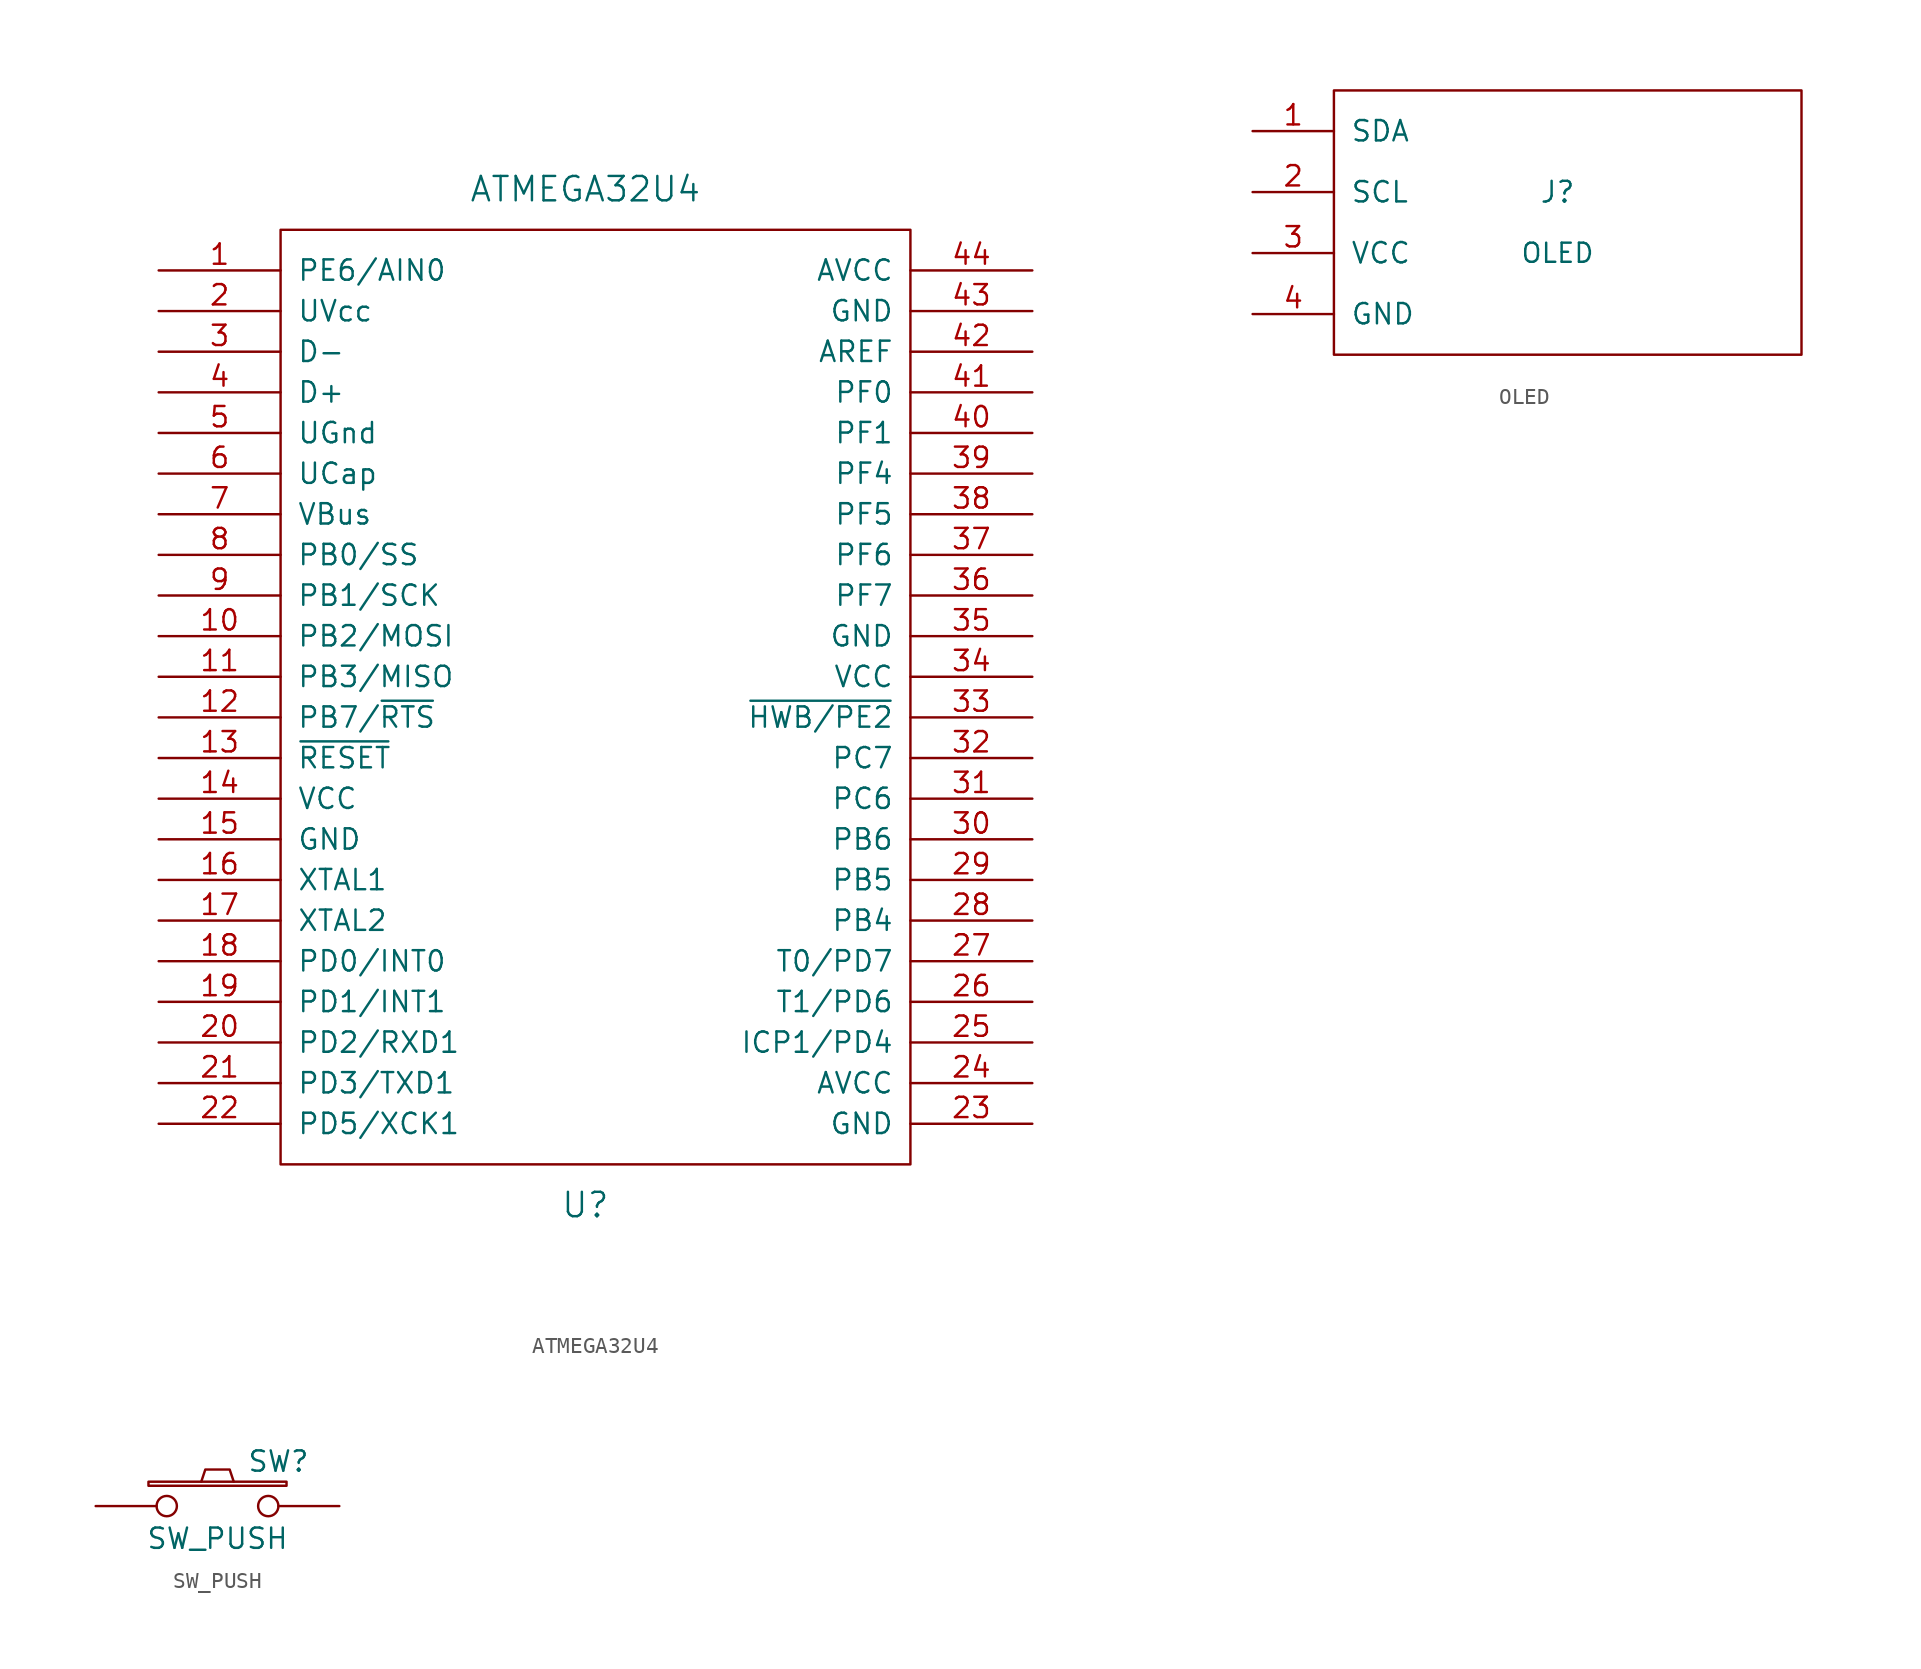
<source format=kicad_sym>
(kicad_symbol_lib
  (version 20211014)
  (generator kicad_symbol_editor)
  (symbol "ATMEGA32U4"
    (pin_names
      (offset 1.016))
    (property "Reference" "U"
      (at 0 -31.75 0)
      (effects (font (size 1.524 1.524))))
    (property "Value" "ATMEGA32U4"
      (at 0 31.75 0)
      (effects (font (size 1.524 1.524))))
    (symbol "ATMEGA32U4_0_1"
      (rectangle (start 20.32 29.21) (end -19.05 -29.21) (stroke (width 0) (type default) (color 0 0 0 0)) (fill (type none))))
    (symbol "ATMEGA32U4_1_1"
      (pin bidirectional line (at -26.67 26.67 0) (length 7.62) (name "PE6/AIN0" (effects (font (size 1.27 1.27)))) (number "1" (effects (font (size 1.27 1.27)))))
      (pin bidirectional line (at -26.67 3.81 0) (length 7.62) (name "PB2/MOSI" (effects (font (size 1.27 1.27)))) (number "10" (effects (font (size 1.27 1.27)))))
      (pin bidirectional line (at -26.67 1.27 0) (length 7.62) (name "PB3/MISO" (effects (font (size 1.27 1.27)))) (number "11" (effects (font (size 1.27 1.27)))))
      (pin bidirectional line (at -26.67 -1.27 0) (length 7.62) (name "PB7/~{RTS}" (effects (font (size 1.27 1.27)))) (number "12" (effects (font (size 1.27 1.27)))))
      (pin input line (at -26.67 -3.81 0) (length 7.62) (name "~{RESET}" (effects (font (size 1.27 1.27)))) (number "13" (effects (font (size 1.27 1.27)))))
      (pin power_in line (at -26.67 -6.35 0) (length 7.62) (name "VCC" (effects (font (size 1.27 1.27)))) (number "14" (effects (font (size 1.27 1.27)))))
      (pin power_in line (at -26.67 -8.89 0) (length 7.62) (name "GND" (effects (font (size 1.27 1.27)))) (number "15" (effects (font (size 1.27 1.27)))))
      (pin input line (at -26.67 -11.43 0) (length 7.62) (name "XTAL1" (effects (font (size 1.27 1.27)))) (number "16" (effects (font (size 1.27 1.27)))))
      (pin output line (at -26.67 -13.97 0) (length 7.62) (name "XTAL2" (effects (font (size 1.27 1.27)))) (number "17" (effects (font (size 1.27 1.27)))))
      (pin bidirectional line (at -26.67 -16.51 0) (length 7.62) (name "PD0/INT0" (effects (font (size 1.27 1.27)))) (number "18" (effects (font (size 1.27 1.27)))))
      (pin bidirectional line (at -26.67 -19.05 0) (length 7.62) (name "PD1/INT1" (effects (font (size 1.27 1.27)))) (number "19" (effects (font (size 1.27 1.27)))))
      (pin power_in line (at -26.67 24.13 0) (length 7.62) (name "UVcc" (effects (font (size 1.27 1.27)))) (number "2" (effects (font (size 1.27 1.27)))))
      (pin bidirectional line (at -26.67 -21.59 0) (length 7.62) (name "PD2/RXD1" (effects (font (size 1.27 1.27)))) (number "20" (effects (font (size 1.27 1.27)))))
      (pin bidirectional line (at -26.67 -24.13 0) (length 7.62) (name "PD3/TXD1" (effects (font (size 1.27 1.27)))) (number "21" (effects (font (size 1.27 1.27)))))
      (pin bidirectional line (at -26.67 -26.67 0) (length 7.62) (name "PD5/XCK1" (effects (font (size 1.27 1.27)))) (number "22" (effects (font (size 1.27 1.27)))))
      (pin power_in line (at 27.94 -26.67 180) (length 7.62) (name "GND" (effects (font (size 1.27 1.27)))) (number "23" (effects (font (size 1.27 1.27)))))
      (pin power_in line (at 27.94 -24.13 180) (length 7.62) (name "AVCC" (effects (font (size 1.27 1.27)))) (number "24" (effects (font (size 1.27 1.27)))))
      (pin bidirectional line (at 27.94 -21.59 180) (length 7.62) (name "ICP1/PD4" (effects (font (size 1.27 1.27)))) (number "25" (effects (font (size 1.27 1.27)))))
      (pin bidirectional line (at 27.94 -19.05 180) (length 7.62) (name "T1/PD6" (effects (font (size 1.27 1.27)))) (number "26" (effects (font (size 1.27 1.27)))))
      (pin bidirectional line (at 27.94 -16.51 180) (length 7.62) (name "T0/PD7" (effects (font (size 1.27 1.27)))) (number "27" (effects (font (size 1.27 1.27)))))
      (pin bidirectional line (at 27.94 -13.97 180) (length 7.62) (name "PB4" (effects (font (size 1.27 1.27)))) (number "28" (effects (font (size 1.27 1.27)))))
      (pin bidirectional line (at 27.94 -11.43 180) (length 7.62) (name "PB5" (effects (font (size 1.27 1.27)))) (number "29" (effects (font (size 1.27 1.27)))))
      (pin bidirectional line (at -26.67 21.59 0) (length 7.62) (name "D-" (effects (font (size 1.27 1.27)))) (number "3" (effects (font (size 1.27 1.27)))))
      (pin bidirectional line (at 27.94 -8.89 180) (length 7.62) (name "PB6" (effects (font (size 1.27 1.27)))) (number "30" (effects (font (size 1.27 1.27)))))
      (pin bidirectional line (at 27.94 -6.35 180) (length 7.62) (name "PC6" (effects (font (size 1.27 1.27)))) (number "31" (effects (font (size 1.27 1.27)))))
      (pin bidirectional line (at 27.94 -3.81 180) (length 7.62) (name "PC7" (effects (font (size 1.27 1.27)))) (number "32" (effects (font (size 1.27 1.27)))))
      (pin bidirectional line (at 27.94 -1.27 180) (length 7.62) (name "~{HWB/PE2}" (effects (font (size 1.27 1.27)))) (number "33" (effects (font (size 1.27 1.27)))))
      (pin power_in line (at 27.94 1.27 180) (length 7.62) (name "VCC" (effects (font (size 1.27 1.27)))) (number "34" (effects (font (size 1.27 1.27)))))
      (pin power_in line (at 27.94 3.81 180) (length 7.62) (name "GND" (effects (font (size 1.27 1.27)))) (number "35" (effects (font (size 1.27 1.27)))))
      (pin bidirectional line (at 27.94 6.35 180) (length 7.62) (name "PF7" (effects (font (size 1.27 1.27)))) (number "36" (effects (font (size 1.27 1.27)))))
      (pin bidirectional line (at 27.94 8.89 180) (length 7.62) (name "PF6" (effects (font (size 1.27 1.27)))) (number "37" (effects (font (size 1.27 1.27)))))
      (pin bidirectional line (at 27.94 11.43 180) (length 7.62) (name "PF5" (effects (font (size 1.27 1.27)))) (number "38" (effects (font (size 1.27 1.27)))))
      (pin bidirectional line (at 27.94 13.97 180) (length 7.62) (name "PF4" (effects (font (size 1.27 1.27)))) (number "39" (effects (font (size 1.27 1.27)))))
      (pin bidirectional line (at -26.67 19.05 0) (length 7.62) (name "D+" (effects (font (size 1.27 1.27)))) (number "4" (effects (font (size 1.27 1.27)))))
      (pin bidirectional line (at 27.94 16.51 180) (length 7.62) (name "PF1" (effects (font (size 1.27 1.27)))) (number "40" (effects (font (size 1.27 1.27)))))
      (pin bidirectional line (at 27.94 19.05 180) (length 7.62) (name "PF0" (effects (font (size 1.27 1.27)))) (number "41" (effects (font (size 1.27 1.27)))))
      (pin input line (at 27.94 21.59 180) (length 7.62) (name "AREF" (effects (font (size 1.27 1.27)))) (number "42" (effects (font (size 1.27 1.27)))))
      (pin power_in line (at 27.94 24.13 180) (length 7.62) (name "GND" (effects (font (size 1.27 1.27)))) (number "43" (effects (font (size 1.27 1.27)))))
      (pin power_in line (at 27.94 26.67 180) (length 7.62) (name "AVCC" (effects (font (size 1.27 1.27)))) (number "44" (effects (font (size 1.27 1.27)))))
      (pin power_in line (at -26.67 16.51 0) (length 7.62) (name "UGnd" (effects (font (size 1.27 1.27)))) (number "5" (effects (font (size 1.27 1.27)))))
      (pin input line (at -26.67 13.97 0) (length 7.62) (name "UCap" (effects (font (size 1.27 1.27)))) (number "6" (effects (font (size 1.27 1.27)))))
      (pin input line (at -26.67 11.43 0) (length 7.62) (name "VBus" (effects (font (size 1.27 1.27)))) (number "7" (effects (font (size 1.27 1.27)))))
      (pin bidirectional line (at -26.67 8.89 0) (length 7.62) (name "PB0/SS" (effects (font (size 1.27 1.27)))) (number "8" (effects (font (size 1.27 1.27)))))
      (pin bidirectional line (at -26.67 6.35 0) (length 7.62) (name "PB1/SCK" (effects (font (size 1.27 1.27)))) (number "9" (effects (font (size 1.27 1.27)))))))
  (symbol "OLED"
    (pin_names
      (offset 1.016))
    (property "Reference" "J"
      (at 0 2.54 0)
      (effects (font (size 1.295 1.295))))
    (property "Value" "OLED"
      (at 0 -1.27 0)
      (effects (font (size 1.194 1.194))))
    (symbol "OLED_0_1"
      (rectangle (start -13.97 8.89) (end 15.24 -7.62) (stroke (width 0) (type default) (color 0 0 0 0)) (fill (type none))))
    (symbol "OLED_1_1"
      (pin bidirectional line (at -19.05 6.35 0) (length 5.08) (name "SDA" (effects (font (size 1.27 1.27)))) (number "1" (effects (font (size 1.27 1.27)))))
      (pin bidirectional line (at -19.05 2.54 0) (length 5.08) (name "SCL" (effects (font (size 1.27 1.27)))) (number "2" (effects (font (size 1.27 1.27)))))
      (pin power_in line (at -19.05 -1.27 0) (length 5.08) (name "VCC" (effects (font (size 1.27 1.27)))) (number "3" (effects (font (size 1.27 1.27)))))
      (pin power_in line (at -19.05 -5.08 0) (length 5.08) (name "GND" (effects (font (size 1.27 1.27)))) (number "4" (effects (font (size 1.27 1.27)))))))
  (symbol "SW_PUSH"
    (pin_numbers hide)
    (pin_names
      (offset 1.016) hide)
    (property "Reference" "SW"
      (at 3.81 2.794 0)
      (effects (font (size 1.27 1.27))))
    (property "Value" "SW_PUSH"
      (at 0 -2.032 0)
      (effects (font (size 1.27 1.27))))
    (symbol "SW_PUSH_0_1"
      (rectangle (start -4.318 1.27) (end 4.318 1.524) (stroke (width 0) (type default) (color 0 0 0 0)) (fill (type none)))
      (polyline (pts (xy -1.016 1.524) (xy -0.762 2.286) (xy 0.762 2.286) (xy 1.016 1.524)) (stroke (width 0) (type default) (color 0 0 0 0)) (fill (type none)))
      (pin passive inverted (at -7.62 0 0) (length 5.08) (name "1" (effects (font (size 1.27 1.27)))) (number "1" (effects (font (size 1.27 1.27)))))
      (pin passive inverted (at 7.62 0 180) (length 5.08) (name "2" (effects (font (size 1.27 1.27)))) (number "2" (effects (font (size 1.27 1.27))))))))
</source>
